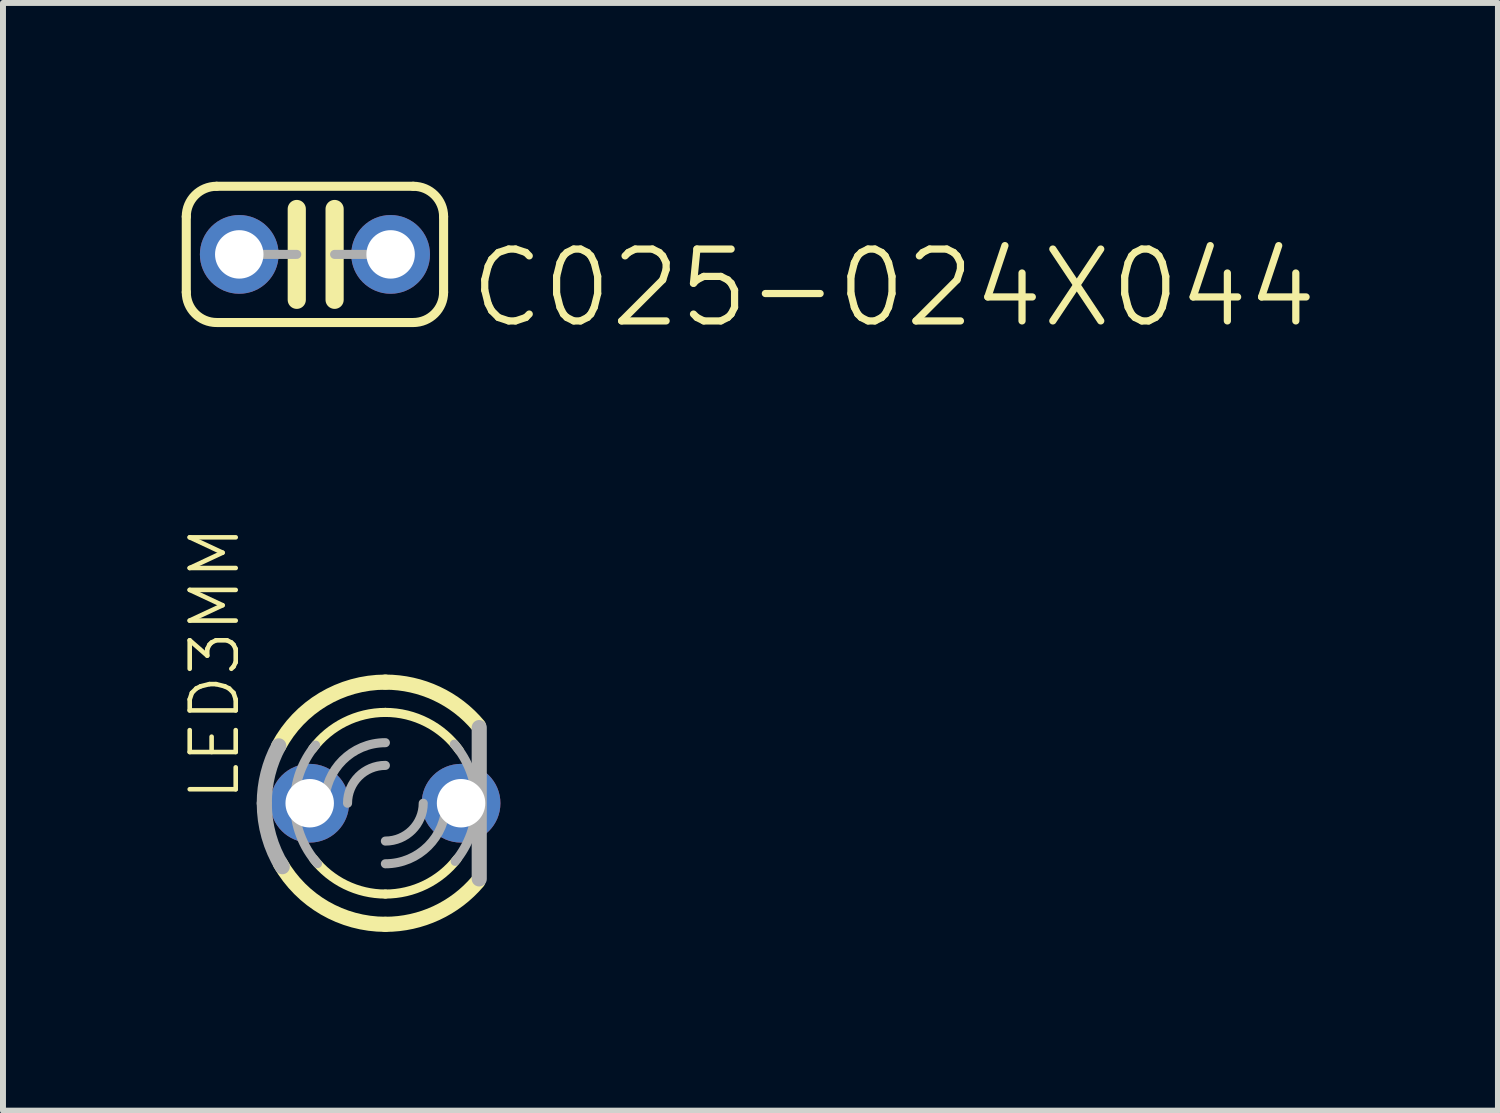
<source format=kicad_pcb>
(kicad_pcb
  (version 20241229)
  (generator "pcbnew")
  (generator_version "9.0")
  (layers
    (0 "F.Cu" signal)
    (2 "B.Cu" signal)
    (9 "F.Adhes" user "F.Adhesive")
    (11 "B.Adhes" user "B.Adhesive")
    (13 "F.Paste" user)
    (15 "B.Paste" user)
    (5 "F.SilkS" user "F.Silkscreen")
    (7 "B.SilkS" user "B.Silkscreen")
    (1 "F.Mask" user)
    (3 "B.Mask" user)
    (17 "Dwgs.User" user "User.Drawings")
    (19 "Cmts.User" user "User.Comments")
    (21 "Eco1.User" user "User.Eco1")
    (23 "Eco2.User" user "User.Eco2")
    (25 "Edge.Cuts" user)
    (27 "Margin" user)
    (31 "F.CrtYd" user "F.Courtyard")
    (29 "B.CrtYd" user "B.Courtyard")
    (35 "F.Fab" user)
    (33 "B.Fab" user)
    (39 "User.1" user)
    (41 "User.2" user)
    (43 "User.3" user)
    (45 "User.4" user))
  (footprint "C025-024X044"
    (layer "F.Cu")
    (at 2.235 1.219)
    (property "Reference" "C025-024X044" (at 2.54 1.27 180) (layer "F.SilkS") (effects (font (size 1.206 1.206) (thickness 0.121)) (justify left bottom)))
    (attr through_hole)
    (fp_line (start -2.159 0.635) (end -2.159 -0.635) (stroke (width 0.152) (type solid)) (layer "F.SilkS"))
    (fp_line (start -0.305 -0.762) (end -0.305 0.762) (stroke (width 0.305) (type solid)) (layer "F.SilkS"))
    (fp_line (start 0.33 -0.762) (end 0.33 0.762) (stroke (width 0.305) (type solid)) (layer "F.SilkS"))
    (fp_line (start 1.651 -1.143) (end -1.651 -1.143) (stroke (width 0.152) (type solid)) (layer "F.SilkS"))
    (fp_line (start 1.651 1.143) (end -1.651 1.143) (stroke (width 0.152) (type solid)) (layer "F.SilkS"))
    (fp_line (start 2.159 0.635) (end 2.159 -0.635) (stroke (width 0.152) (type solid)) (layer "F.SilkS"))
    (fp_arc (start -2.159 -0.635) (mid -2.01021 -0.99421) (end -1.651 -1.143) (stroke (width 0.1524) (type solid)) (layer "F.SilkS"))
    (fp_arc (start -1.651 1.143) (mid -2.01021 0.99421) (end -2.159 0.635) (stroke (width 0.1524) (type solid)) (layer "F.SilkS"))
    (fp_arc (start 1.651 -1.143) (mid 2.01021 -0.99421) (end 2.159 -0.635) (stroke (width 0.1524) (type solid)) (layer "F.SilkS"))
    (fp_arc (start 2.159 0.635) (mid 2.01021 0.99421) (end 1.651 1.143) (stroke (width 0.1524) (type solid)) (layer "F.SilkS"))
    (fp_line (start -1.27 0) (end -0.305 0) (stroke (width 0.152) (type solid)) (layer "F.Fab"))
    (fp_line (start 1.27 0) (end 0.33 0) (stroke (width 0.152) (type solid)) (layer "F.Fab"))
    (pad "1" thru_hole circle (at -1.27 0) (size 1.321 1.321) (drill 0.813) (layers "*.Cu" "*.Mask"))
    (pad "2" thru_hole circle (at 1.27 0) (size 1.321 1.321) (drill 0.813) (layers "*.Cu" "*.Mask")))
  (footprint "LED3MM"
    (layer "F.Cu")
    (at 3.417 10.429)
    (property "Reference" "LED3MM" (at -2.413 0 270) (layer "F.SilkS") (effects (font (size 0.772 0.772) (thickness 0.077)) (justify left bottom)))
    (attr through_hole)
    (fp_arc (start -1.7929 -0.9562) (mid -1.045438 -1.7424) (end 0 -2.032) (stroke (width 0.254) (type solid)) (layer "F.SilkS"))
    (fp_arc (start -1.2192 -0.9144) (mid -0.681554 -1.363107) (end 0 -1.524) (stroke (width 0.1524) (type solid)) (layer "F.SilkS"))
    (fp_arc (start 0 -2.032) (mid 0.861864 -1.840173) (end 1.561 -1.3009) (stroke (width 0.254) (type solid)) (layer "F.SilkS"))
    (fp_arc (start 0 -1.524) (mid 0.697339 -1.355082) (end 1.2401 -0.885801) (stroke (width 0.1524) (type solid)) (layer "F.SilkS"))
    (fp_arc (start 0 1.524) (mid -0.669593 1.369018) (end -1.203 0.9356) (stroke (width 0.1524) (type solid)) (layer "F.SilkS"))
    (fp_arc (start 0 2.032) (mid -1.019924 1.757525) (end -1.7643 1.0082) (stroke (width 0.254) (type solid)) (layer "F.SilkS"))
    (fp_arc (start 1.203 0.9356) (mid 0.669593 1.369018) (end 0 1.524) (stroke (width 0.1524) (type solid)) (layer "F.SilkS"))
    (fp_arc (start 1.5512 1.3126) (mid 0.854953 1.843405) (end 0 2.032) (stroke (width 0.254) (type solid)) (layer "F.SilkS"))
    (fp_line (start 1.575 1.27) (end 1.575 -1.27) (stroke (width 0.254) (type solid)) (layer "F.Fab"))
    (fp_arc (start -2.032 0) (mid -1.970339 -0.496775) (end -1.7891 -0.9634) (stroke (width 0.254) (type solid)) (layer "F.Fab"))
    (fp_arc (start -1.7306 1.065) (mid -1.95521 0.553417) (end -2.032 0) (stroke (width 0.254) (type solid)) (layer "F.Fab"))
    (fp_arc (start -1.524 0) (mid -1.432981 -0.518783) (end -1.1708 -0.9756) (stroke (width 0.1524) (type solid)) (layer "F.Fab"))
    (fp_arc (start -1.1391 1.0125) (mid -1.42454 0.5416) (end -1.524 0) (stroke (width 0.1524) (type solid)) (layer "F.Fab"))
    (fp_arc (start -1.016 0) (mid -0.71842 -0.71842) (end 0 -1.016) (stroke (width 0.1524) (type solid)) (layer "F.Fab"))
    (fp_arc (start -0.635 0) (mid -0.449013 -0.449013) (end 0 -0.635) (stroke (width 0.1524) (type solid)) (layer "F.Fab"))
    (fp_arc (start 0.635 0) (mid 0.449013 0.449013) (end 0 0.635) (stroke (width 0.1524) (type solid)) (layer "F.Fab"))
    (fp_arc (start 1.016 0) (mid 0.71842 0.71842) (end 0 1.016) (stroke (width 0.1524) (type solid)) (layer "F.Fab"))
    (fp_arc (start 1.1571 -0.9918) (mid 1.429332 -0.528744) (end 1.524 0) (stroke (width 0.1524) (type solid)) (layer "F.Fab"))
    (fp_arc (start 1.524 0) (mid 1.432981 0.518783) (end 1.1708 0.9756) (stroke (width 0.1524) (type solid)) (layer "F.Fab"))
    (pad "A" thru_hole circle (at -1.27 0) (size 1.321 1.321) (drill 0.813) (layers "*.Cu" "*.Mask"))
    (pad "K" thru_hole circle (at 1.27 0) (size 1.321 1.321) (drill 0.813) (layers "*.Cu" "*.Mask")))
  (gr_rect
    (start -3 -3)
    (end 22.087 15.588)
    (stroke (width 0.1) (type default))
    (fill no)
    (layer "Edge.Cuts")))
</source>
